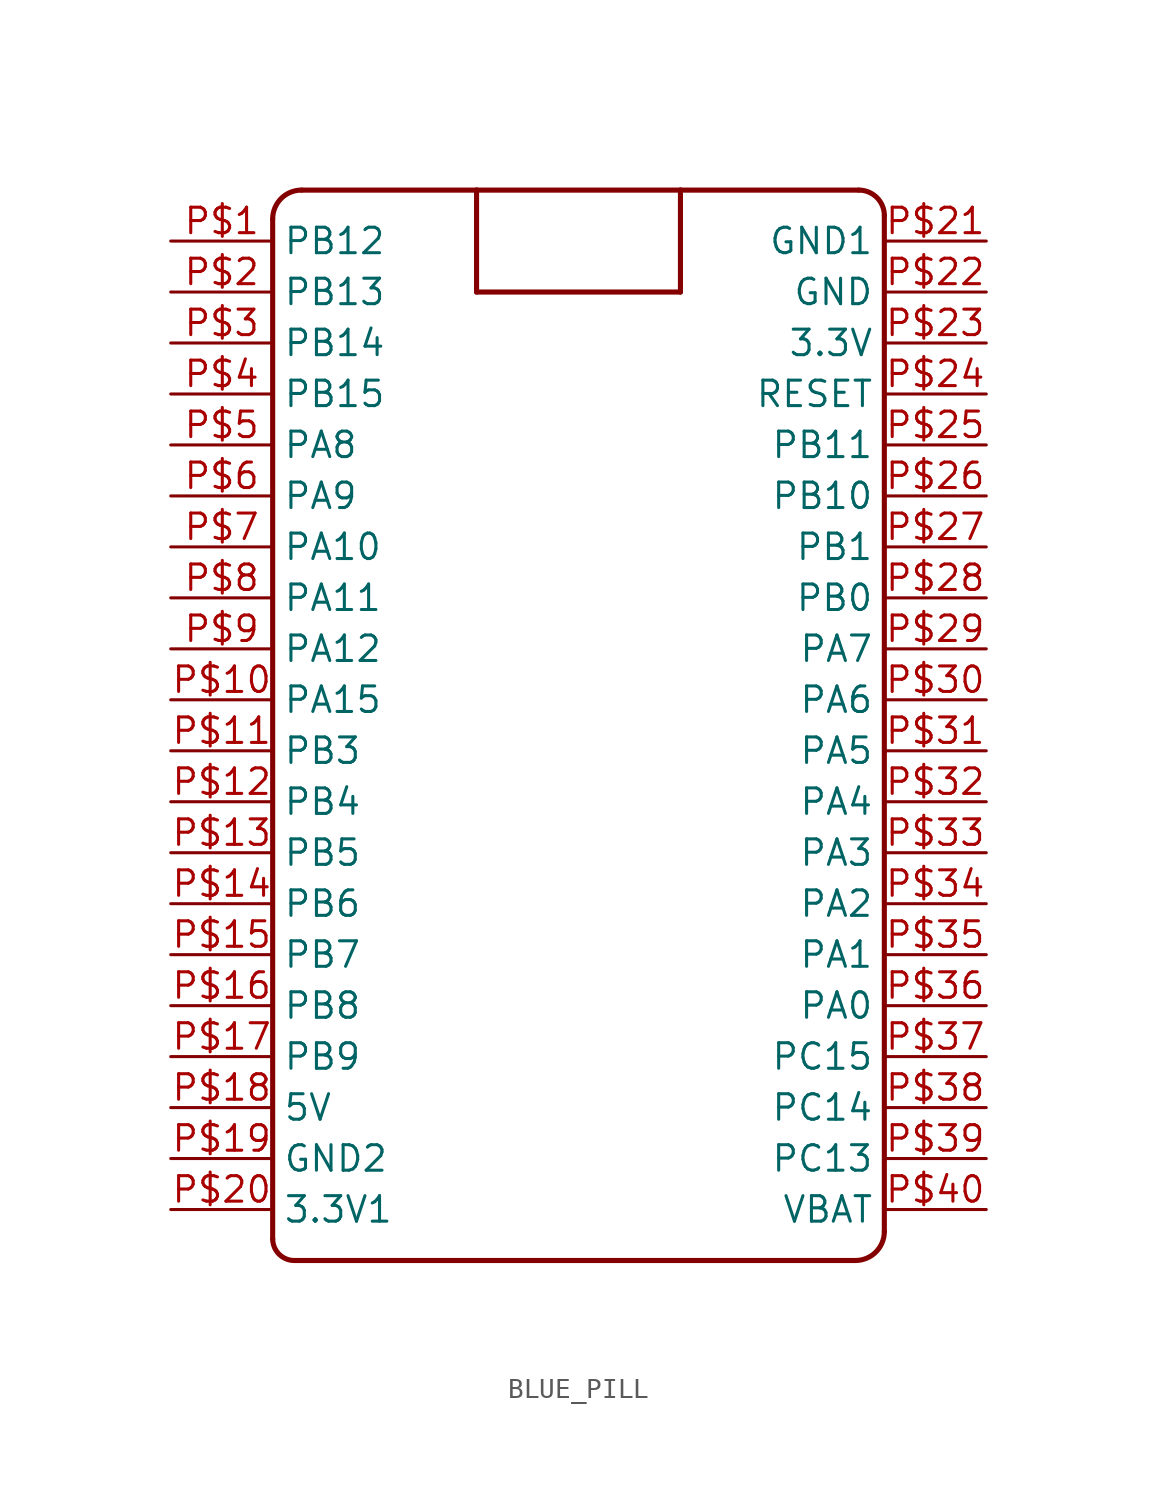
<source format=kicad_sym>
(kicad_symbol_lib
  (version 20211014)
  (generator kicad_symbol_editor)
  (symbol "BLUE_PILL"
    (property "Reference" ""
      (at 0 0 0)
      (effects (font (size 1.27 1.27)) hide))
    (property "ki_locked" ""
      (at 0 0 0)
      (effects (font (size 1.27 1.27))))
    (symbol "BLUE_PILL_1_0"
      (arc (start -15.24 -26.8623) (mid -14.9243 -27.6243) (end -14.1623 -27.94) (stroke (width 0.254) (type default) (color 0 0 0 0)) (fill (type none)))
      (arc (start -13.8031 25.4) (mid -14.8191 24.9791) (end -15.24 23.9631) (stroke (width 0.254) (type default) (color 0 0 0 0)) (fill (type none)))
      (polyline (pts (xy -15.24 23.963) (xy -15.24 -26.862)) (stroke (width 0.254) (type default) (color 0 0 0 0)) (fill (type none)))
      (polyline (pts (xy -14.162 -27.94) (xy 13.803 -27.94)) (stroke (width 0.254) (type default) (color 0 0 0 0)) (fill (type none)))
      (polyline (pts (xy -5.08 20.32) (xy -5.08 25.4)) (stroke (width 0.254) (type default) (color 0 0 0 0)) (fill (type none)))
      (polyline (pts (xy -5.08 25.4) (xy -13.803 25.4)) (stroke (width 0.254) (type default) (color 0 0 0 0)) (fill (type none)))
      (polyline (pts (xy -5.08 25.4) (xy 5.08 25.4)) (stroke (width 0.254) (type default) (color 0 0 0 0)) (fill (type none)))
      (polyline (pts (xy 5.08 20.32) (xy -5.08 20.32)) (stroke (width 0.254) (type default) (color 0 0 0 0)) (fill (type none)))
      (polyline (pts (xy 5.08 25.4) (xy 5.08 20.32)) (stroke (width 0.254) (type default) (color 0 0 0 0)) (fill (type none)))
      (polyline (pts (xy 13.97 25.4) (xy 5.08 25.4)) (stroke (width 0.254) (type default) (color 0 0 0 0)) (fill (type none)))
      (polyline (pts (xy 15.24 -26.503) (xy 15.24 24.13)) (stroke (width 0.254) (type default) (color 0 0 0 0)) (fill (type none)))
      (arc (start 13.8031 -27.94) (mid 14.8191 -27.5191) (end 15.24 -26.5031) (stroke (width 0.254) (type default) (color 0 0 0 0)) (fill (type none)))
      (arc (start 15.24 24.13) (mid 14.868 25.028) (end 13.97 25.4) (stroke (width 0.254) (type default) (color 0 0 0 0)) (fill (type none)))
      (pin bidirectional line (at -20.32 22.86 0) (length 5.08) (name "PB12" (effects (font (size 1.27 1.27)))) (number "P$1" (effects (font (size 1.27 1.27)))))
      (pin bidirectional line (at -20.32 0 0) (length 5.08) (name "PA15" (effects (font (size 1.27 1.27)))) (number "P$10" (effects (font (size 1.27 1.27)))))
      (pin bidirectional line (at -20.32 -2.54 0) (length 5.08) (name "PB3" (effects (font (size 1.27 1.27)))) (number "P$11" (effects (font (size 1.27 1.27)))))
      (pin bidirectional line (at -20.32 -5.08 0) (length 5.08) (name "PB4" (effects (font (size 1.27 1.27)))) (number "P$12" (effects (font (size 1.27 1.27)))))
      (pin bidirectional line (at -20.32 -7.62 0) (length 5.08) (name "PB5" (effects (font (size 1.27 1.27)))) (number "P$13" (effects (font (size 1.27 1.27)))))
      (pin bidirectional line (at -20.32 -10.16 0) (length 5.08) (name "PB6" (effects (font (size 1.27 1.27)))) (number "P$14" (effects (font (size 1.27 1.27)))))
      (pin bidirectional line (at -20.32 -12.7 0) (length 5.08) (name "PB7" (effects (font (size 1.27 1.27)))) (number "P$15" (effects (font (size 1.27 1.27)))))
      (pin bidirectional line (at -20.32 -15.24 0) (length 5.08) (name "PB8" (effects (font (size 1.27 1.27)))) (number "P$16" (effects (font (size 1.27 1.27)))))
      (pin bidirectional line (at -20.32 -17.78 0) (length 5.08) (name "PB9" (effects (font (size 1.27 1.27)))) (number "P$17" (effects (font (size 1.27 1.27)))))
      (pin bidirectional line (at -20.32 -20.32 0) (length 5.08) (name "5V" (effects (font (size 1.27 1.27)))) (number "P$18" (effects (font (size 1.27 1.27)))))
      (pin bidirectional line (at -20.32 -22.86 0) (length 5.08) (name "GND2" (effects (font (size 1.27 1.27)))) (number "P$19" (effects (font (size 1.27 1.27)))))
      (pin bidirectional line (at -20.32 20.32 0) (length 5.08) (name "PB13" (effects (font (size 1.27 1.27)))) (number "P$2" (effects (font (size 1.27 1.27)))))
      (pin bidirectional line (at -20.32 -25.4 0) (length 5.08) (name "3.3V1" (effects (font (size 1.27 1.27)))) (number "P$20" (effects (font (size 1.27 1.27)))))
      (pin power_in line (at 20.32 22.86 180) (length 5.08) (name "GND1" (effects (font (size 1.27 1.27)))) (number "P$21" (effects (font (size 1.27 1.27)))))
      (pin bidirectional line (at 20.32 20.32 180) (length 5.08) (name "GND" (effects (font (size 1.27 1.27)))) (number "P$22" (effects (font (size 1.27 1.27)))))
      (pin bidirectional line (at 20.32 17.78 180) (length 5.08) (name "3.3V" (effects (font (size 1.27 1.27)))) (number "P$23" (effects (font (size 1.27 1.27)))))
      (pin bidirectional line (at 20.32 15.24 180) (length 5.08) (name "RESET" (effects (font (size 1.27 1.27)))) (number "P$24" (effects (font (size 1.27 1.27)))))
      (pin bidirectional line (at 20.32 12.7 180) (length 5.08) (name "PB11" (effects (font (size 1.27 1.27)))) (number "P$25" (effects (font (size 1.27 1.27)))))
      (pin bidirectional line (at 20.32 10.16 180) (length 5.08) (name "PB10" (effects (font (size 1.27 1.27)))) (number "P$26" (effects (font (size 1.27 1.27)))))
      (pin bidirectional line (at 20.32 7.62 180) (length 5.08) (name "PB1" (effects (font (size 1.27 1.27)))) (number "P$27" (effects (font (size 1.27 1.27)))))
      (pin bidirectional line (at 20.32 5.08 180) (length 5.08) (name "PB0" (effects (font (size 1.27 1.27)))) (number "P$28" (effects (font (size 1.27 1.27)))))
      (pin bidirectional line (at 20.32 2.54 180) (length 5.08) (name "PA7" (effects (font (size 1.27 1.27)))) (number "P$29" (effects (font (size 1.27 1.27)))))
      (pin bidirectional line (at -20.32 17.78 0) (length 5.08) (name "PB14" (effects (font (size 1.27 1.27)))) (number "P$3" (effects (font (size 1.27 1.27)))))
      (pin bidirectional line (at 20.32 0 180) (length 5.08) (name "PA6" (effects (font (size 1.27 1.27)))) (number "P$30" (effects (font (size 1.27 1.27)))))
      (pin bidirectional line (at 20.32 -2.54 180) (length 5.08) (name "PA5" (effects (font (size 1.27 1.27)))) (number "P$31" (effects (font (size 1.27 1.27)))))
      (pin bidirectional line (at 20.32 -5.08 180) (length 5.08) (name "PA4" (effects (font (size 1.27 1.27)))) (number "P$32" (effects (font (size 1.27 1.27)))))
      (pin bidirectional line (at 20.32 -7.62 180) (length 5.08) (name "PA3" (effects (font (size 1.27 1.27)))) (number "P$33" (effects (font (size 1.27 1.27)))))
      (pin bidirectional line (at 20.32 -10.16 180) (length 5.08) (name "PA2" (effects (font (size 1.27 1.27)))) (number "P$34" (effects (font (size 1.27 1.27)))))
      (pin bidirectional line (at 20.32 -12.7 180) (length 5.08) (name "PA1" (effects (font (size 1.27 1.27)))) (number "P$35" (effects (font (size 1.27 1.27)))))
      (pin bidirectional line (at 20.32 -15.24 180) (length 5.08) (name "PA0" (effects (font (size 1.27 1.27)))) (number "P$36" (effects (font (size 1.27 1.27)))))
      (pin bidirectional line (at 20.32 -17.78 180) (length 5.08) (name "PC15" (effects (font (size 1.27 1.27)))) (number "P$37" (effects (font (size 1.27 1.27)))))
      (pin bidirectional line (at 20.32 -20.32 180) (length 5.08) (name "PC14" (effects (font (size 1.27 1.27)))) (number "P$38" (effects (font (size 1.27 1.27)))))
      (pin bidirectional line (at 20.32 -22.86 180) (length 5.08) (name "PC13" (effects (font (size 1.27 1.27)))) (number "P$39" (effects (font (size 1.27 1.27)))))
      (pin bidirectional line (at -20.32 15.24 0) (length 5.08) (name "PB15" (effects (font (size 1.27 1.27)))) (number "P$4" (effects (font (size 1.27 1.27)))))
      (pin bidirectional line (at 20.32 -25.4 180) (length 5.08) (name "VBAT" (effects (font (size 1.27 1.27)))) (number "P$40" (effects (font (size 1.27 1.27)))))
      (pin bidirectional line (at -20.32 12.7 0) (length 5.08) (name "PA8" (effects (font (size 1.27 1.27)))) (number "P$5" (effects (font (size 1.27 1.27)))))
      (pin bidirectional line (at -20.32 10.16 0) (length 5.08) (name "PA9" (effects (font (size 1.27 1.27)))) (number "P$6" (effects (font (size 1.27 1.27)))))
      (pin bidirectional line (at -20.32 7.62 0) (length 5.08) (name "PA10" (effects (font (size 1.27 1.27)))) (number "P$7" (effects (font (size 1.27 1.27)))))
      (pin bidirectional line (at -20.32 5.08 0) (length 5.08) (name "PA11" (effects (font (size 1.27 1.27)))) (number "P$8" (effects (font (size 1.27 1.27)))))
      (pin bidirectional line (at -20.32 2.54 0) (length 5.08) (name "PA12" (effects (font (size 1.27 1.27)))) (number "P$9" (effects (font (size 1.27 1.27))))))))
</source>
